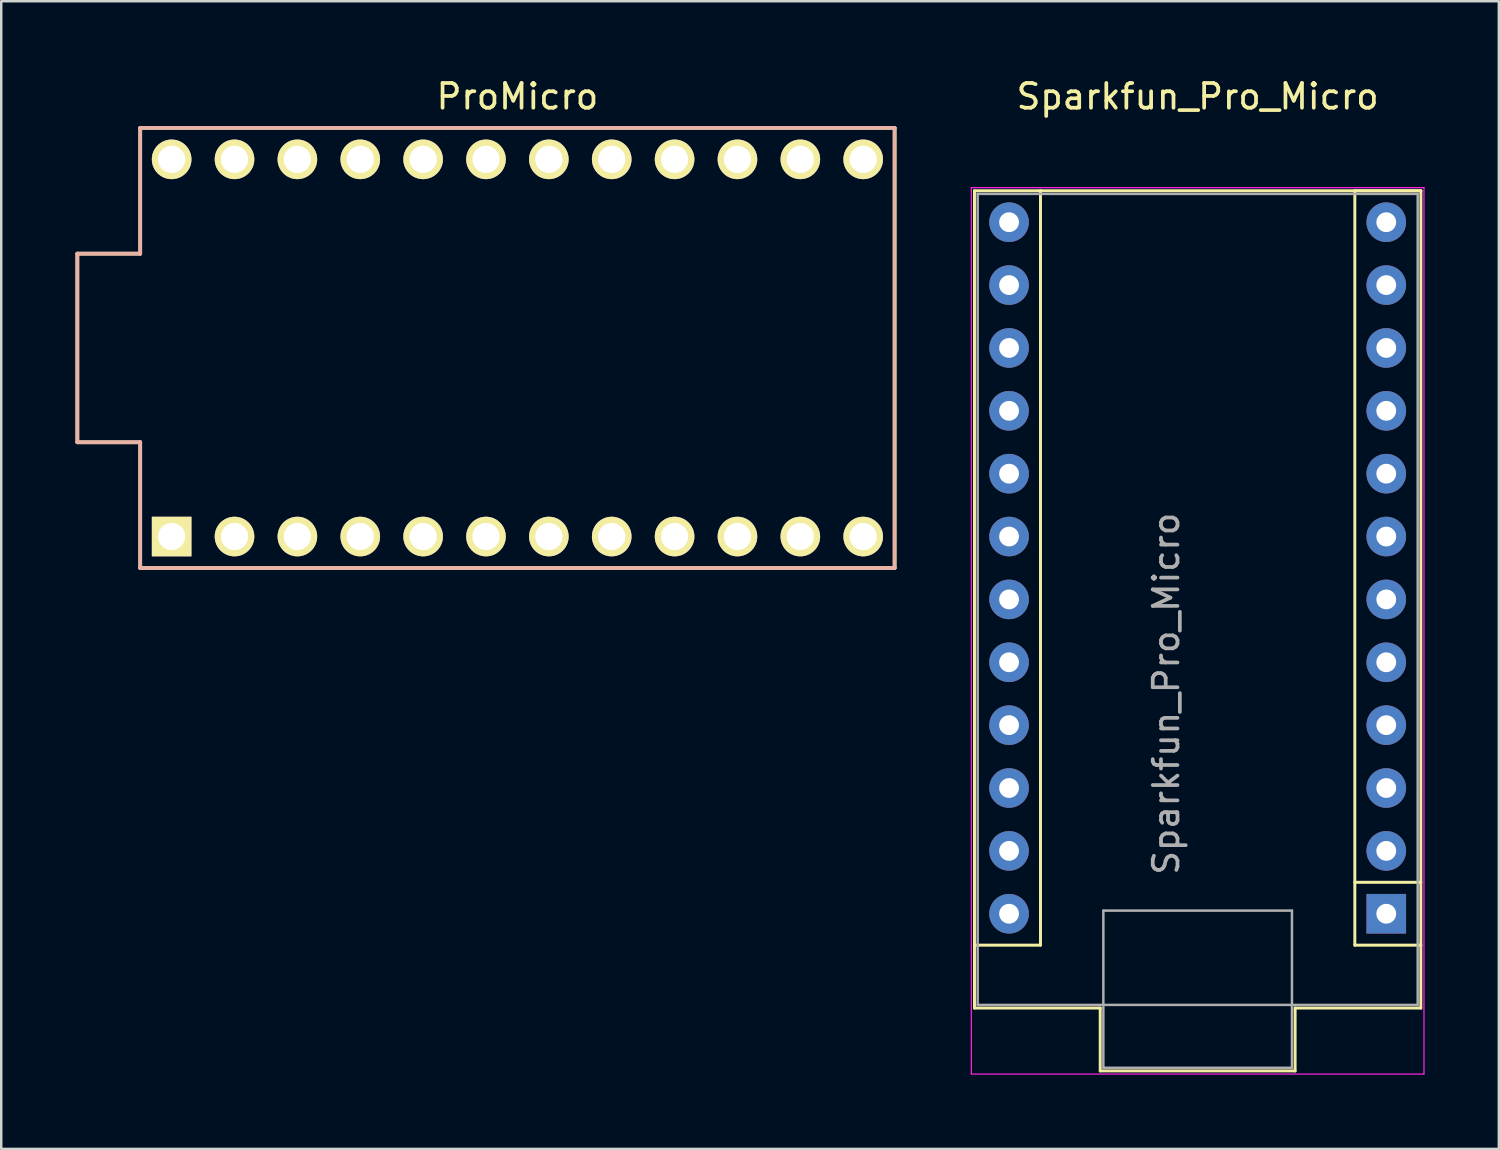
<source format=kicad_pcb>
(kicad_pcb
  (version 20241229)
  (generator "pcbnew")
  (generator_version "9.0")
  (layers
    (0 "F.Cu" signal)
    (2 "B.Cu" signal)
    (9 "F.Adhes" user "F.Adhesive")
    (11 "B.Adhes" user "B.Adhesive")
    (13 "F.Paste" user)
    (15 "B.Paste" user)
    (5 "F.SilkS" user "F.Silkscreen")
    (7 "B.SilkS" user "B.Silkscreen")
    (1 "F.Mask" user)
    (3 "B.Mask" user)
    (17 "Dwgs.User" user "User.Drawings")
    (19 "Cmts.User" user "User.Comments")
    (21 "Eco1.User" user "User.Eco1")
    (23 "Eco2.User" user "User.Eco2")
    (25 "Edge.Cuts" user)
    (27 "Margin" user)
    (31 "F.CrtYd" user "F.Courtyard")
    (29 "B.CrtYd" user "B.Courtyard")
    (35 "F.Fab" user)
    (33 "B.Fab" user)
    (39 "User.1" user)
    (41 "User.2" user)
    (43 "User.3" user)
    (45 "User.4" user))
  (footprint "Sparkfun_Pro_Micro"
    (layer "F.Cu")
    (at 37.719 5.928)
    (property "Reference" "Sparkfun_Pro_Micro" (at 7.62 -5.08 0) (layer "F.SilkS") (effects (font (size 1 1) (thickness 0.15))))
    (attr through_hole)
    (fp_line (start -1.397 -1.27) (end -1.397 31.75) (stroke (width 0.12) (type solid)) (layer "F.SilkS"))
    (fp_line (start -1.397 31.75) (end 3.683 31.75) (stroke (width 0.12) (type solid)) (layer "F.SilkS"))
    (fp_line (start 1.27 -1.27) (end -1.397 -1.27) (stroke (width 0.12) (type solid)) (layer "F.SilkS"))
    (fp_line (start 1.27 1.27) (end 1.27 -1.27) (stroke (width 0.12) (type solid)) (layer "F.SilkS"))
    (fp_line (start 1.27 1.27) (end 1.27 29.21) (stroke (width 0.12) (type solid)) (layer "F.SilkS"))
    (fp_line (start 1.27 29.21) (end -1.4 29.21) (stroke (width 0.12) (type solid)) (layer "F.SilkS"))
    (fp_line (start 3.683 34.29) (end 3.683 31.75) (stroke (width 0.12) (type solid)) (layer "F.SilkS"))
    (fp_line (start 3.683 34.29) (end 11.557 34.29) (stroke (width 0.12) (type solid)) (layer "F.SilkS"))
    (fp_line (start 11.557 31.75) (end 16.637 31.75) (stroke (width 0.12) (type solid)) (layer "F.SilkS"))
    (fp_line (start 11.557 34.29) (end 11.557 31.75) (stroke (width 0.12) (type solid)) (layer "F.SilkS"))
    (fp_line (start 13.97 -1.27) (end 13.97 29.21) (stroke (width 0.12) (type solid)) (layer "F.SilkS"))
    (fp_line (start 13.97 -1.27) (end 16.64 -1.27) (stroke (width 0.12) (type solid)) (layer "F.SilkS"))
    (fp_line (start 13.97 26.67) (end 16.64 26.67) (stroke (width 0.12) (type solid)) (layer "F.SilkS"))
    (fp_line (start 13.97 29.21) (end 16.64 29.21) (stroke (width 0.12) (type solid)) (layer "F.SilkS"))
    (fp_line (start 16.637 -1.27) (end 1.27 -1.27) (stroke (width 0.12) (type solid)) (layer "F.SilkS"))
    (fp_line (start 16.637 31.75) (end 16.64 -1.27) (stroke (width 0.12) (type solid)) (layer "F.SilkS"))
    (fp_line (start -1.524 -1.397) (end -1.524 34.417) (stroke (width 0.05) (type solid)) (layer "F.CrtYd"))
    (fp_line (start -1.524 -1.397) (end 16.764 -1.397) (stroke (width 0.05) (type solid)) (layer "F.CrtYd"))
    (fp_line (start 16.764 34.417) (end -1.524 34.417) (stroke (width 0.05) (type solid)) (layer "F.CrtYd"))
    (fp_line (start 16.764 34.417) (end 16.764 -1.397) (stroke (width 0.05) (type solid)) (layer "F.CrtYd"))
    (fp_line (start -1.27 -1.143) (end 16.51 -1.143) (stroke (width 0.1) (type solid)) (layer "F.Fab"))
    (fp_line (start -1.27 31.623) (end -1.27 -1.143) (stroke (width 0.1) (type solid)) (layer "F.Fab"))
    (fp_line (start 3.81 27.813) (end 11.43 27.813) (stroke (width 0.1) (type solid)) (layer "F.Fab"))
    (fp_line (start 3.81 34.163) (end 3.81 27.813) (stroke (width 0.1) (type solid)) (layer "F.Fab"))
    (fp_line (start 11.43 27.813) (end 11.43 34.163) (stroke (width 0.1) (type solid)) (layer "F.Fab"))
    (fp_line (start 11.43 34.163) (end 3.81 34.163) (stroke (width 0.1) (type solid)) (layer "F.Fab"))
    (fp_line (start 16.51 -1.143) (end 16.51 31.623) (stroke (width 0.1) (type solid)) (layer "F.Fab"))
    (fp_line (start 16.51 31.623) (end -1.27 31.623) (stroke (width 0.1) (type solid)) (layer "F.Fab"))
    (fp_text user "${REFERENCE}" (at 6.35 19.05 90) (layer "F.Fab") (effects (font (size 1 1) (thickness 0.15))))
    (pad "1" thru_hole rect (at 15.24 27.94) (size 1.6 1.6) (drill 0.8) (layers "*.Cu" "*.Mask"))
    (pad "2" thru_hole oval (at 15.24 25.4) (size 1.6 1.6) (drill 0.8) (layers "*.Cu" "*.Mask"))
    (pad "3" thru_hole oval (at 15.24 22.86) (size 1.6 1.6) (drill 0.8) (layers "*.Cu" "*.Mask"))
    (pad "4" thru_hole oval (at 15.24 20.32) (size 1.6 1.6) (drill 0.8) (layers "*.Cu" "*.Mask"))
    (pad "5" thru_hole oval (at 15.24 17.78) (size 1.6 1.6) (drill 0.8) (layers "*.Cu" "*.Mask"))
    (pad "6" thru_hole oval (at 15.24 15.24) (size 1.6 1.6) (drill 0.8) (layers "*.Cu" "*.Mask"))
    (pad "7" thru_hole oval (at 15.24 12.7) (size 1.6 1.6) (drill 0.8) (layers "*.Cu" "*.Mask"))
    (pad "8" thru_hole oval (at 15.24 10.16) (size 1.6 1.6) (drill 0.8) (layers "*.Cu" "*.Mask"))
    (pad "9" thru_hole oval (at 15.24 7.62) (size 1.6 1.6) (drill 0.8) (layers "*.Cu" "*.Mask"))
    (pad "10" thru_hole oval (at 15.24 5.08) (size 1.6 1.6) (drill 0.8) (layers "*.Cu" "*.Mask"))
    (pad "11" thru_hole oval (at 15.24 2.54) (size 1.6 1.6) (drill 0.8) (layers "*.Cu" "*.Mask"))
    (pad "12" thru_hole oval (at 15.24 0) (size 1.6 1.6) (drill 0.8) (layers "*.Cu" "*.Mask"))
    (pad "13" thru_hole oval (at 0 0) (size 1.6 1.6) (drill 0.8) (layers "*.Cu" "*.Mask"))
    (pad "14" thru_hole oval (at 0 2.54) (size 1.6 1.6) (drill 0.8) (layers "*.Cu" "*.Mask"))
    (pad "15" thru_hole oval (at 0 5.08) (size 1.6 1.6) (drill 0.8) (layers "*.Cu" "*.Mask"))
    (pad "16" thru_hole oval (at 0 7.62) (size 1.6 1.6) (drill 0.8) (layers "*.Cu" "*.Mask"))
    (pad "17" thru_hole oval (at 0 10.16) (size 1.6 1.6) (drill 0.8) (layers "*.Cu" "*.Mask"))
    (pad "18" thru_hole oval (at 0 12.7) (size 1.6 1.6) (drill 0.8) (layers "*.Cu" "*.Mask"))
    (pad "19" thru_hole oval (at 0 15.24) (size 1.6 1.6) (drill 0.8) (layers "*.Cu" "*.Mask"))
    (pad "20" thru_hole oval (at 0 17.78) (size 1.6 1.6) (drill 0.8) (layers "*.Cu" "*.Mask"))
    (pad "21" thru_hole oval (at 0 20.32) (size 1.6 1.6) (drill 0.8) (layers "*.Cu" "*.Mask"))
    (pad "22" thru_hole oval (at 0 22.86) (size 1.6 1.6) (drill 0.8) (layers "*.Cu" "*.Mask"))
    (pad "23" thru_hole oval (at 0 25.4) (size 1.6 1.6) (drill 0.8) (layers "*.Cu" "*.Mask"))
    (pad "24" thru_hole oval (at 0 27.94) (size 1.6 1.6) (drill 0.8) (layers "*.Cu" "*.Mask")))
  (footprint "ProMicro"
    (layer "F.Cu")
    (at 17.855 11.008)
    (property "Reference" "ProMicro" (at 0 -10.16 0) (layer "F.SilkS") (effects (font (size 1 1) (thickness 0.15))))
    (attr through_hole)
    (fp_line (start -17.78 -3.81) (end -15.24 -3.81) (stroke (width 0.15) (type solid)) (layer "F.SilkS"))
    (fp_line (start -17.78 3.81) (end -17.78 -3.81) (stroke (width 0.15) (type solid)) (layer "F.SilkS"))
    (fp_line (start -15.24 -8.89) (end 15.24 -8.89) (stroke (width 0.15) (type solid)) (layer "F.SilkS"))
    (fp_line (start -15.24 -3.81) (end -15.24 -8.89) (stroke (width 0.15) (type solid)) (layer "F.SilkS"))
    (fp_line (start -15.24 3.81) (end -17.78 3.81) (stroke (width 0.15) (type solid)) (layer "F.SilkS"))
    (fp_line (start -15.24 8.89) (end -15.24 3.81) (stroke (width 0.15) (type solid)) (layer "F.SilkS"))
    (fp_line (start -15.24 8.89) (end 15.24 8.89) (stroke (width 0.15) (type solid)) (layer "F.SilkS"))
    (fp_line (start 15.24 -8.89) (end 15.24 8.89) (stroke (width 0.15) (type solid)) (layer "F.SilkS"))
    (fp_line (start -17.78 -3.81) (end -15.24 -3.81) (stroke (width 0.15) (type solid)) (layer "B.SilkS"))
    (fp_line (start -17.78 3.81) (end -17.78 -3.81) (stroke (width 0.15) (type solid)) (layer "B.SilkS"))
    (fp_line (start -15.24 -8.89) (end 15.24 -8.89) (stroke (width 0.15) (type solid)) (layer "B.SilkS"))
    (fp_line (start -15.24 -3.81) (end -15.24 -8.89) (stroke (width 0.15) (type solid)) (layer "B.SilkS"))
    (fp_line (start -15.24 3.81) (end -17.78 3.81) (stroke (width 0.15) (type solid)) (layer "B.SilkS"))
    (fp_line (start -15.24 8.89) (end -15.24 3.81) (stroke (width 0.15) (type solid)) (layer "B.SilkS"))
    (fp_line (start 15.24 -8.89) (end 15.24 8.89) (stroke (width 0.15) (type solid)) (layer "B.SilkS"))
    (fp_line (start 15.24 8.89) (end -15.24 8.89) (stroke (width 0.15) (type solid)) (layer "B.SilkS"))
    (pad "1" thru_hole rect (at -13.97 7.62) (size 1.6 1.6) (drill 1.1) (layers "*.Cu" "*.Mask" "F.SilkS"))
    (pad "2" thru_hole circle (at -11.43 7.62) (size 1.6 1.6) (drill 1.1) (layers "*.Cu" "*.Mask" "F.SilkS"))
    (pad "3" thru_hole circle (at -8.89 7.62) (size 1.6 1.6) (drill 1.1) (layers "*.Cu" "*.Mask" "F.SilkS"))
    (pad "4" thru_hole circle (at -6.35 7.62) (size 1.6 1.6) (drill 1.1) (layers "*.Cu" "*.Mask" "F.SilkS"))
    (pad "5" thru_hole circle (at -3.81 7.62) (size 1.6 1.6) (drill 1.1) (layers "*.Cu" "*.Mask" "F.SilkS"))
    (pad "6" thru_hole circle (at -1.27 7.62) (size 1.6 1.6) (drill 1.1) (layers "*.Cu" "*.Mask" "F.SilkS"))
    (pad "7" thru_hole circle (at 1.27 7.62) (size 1.6 1.6) (drill 1.1) (layers "*.Cu" "*.Mask" "F.SilkS"))
    (pad "8" thru_hole circle (at 3.81 7.62) (size 1.6 1.6) (drill 1.1) (layers "*.Cu" "*.Mask" "F.SilkS"))
    (pad "9" thru_hole circle (at 6.35 7.62) (size 1.6 1.6) (drill 1.1) (layers "*.Cu" "*.Mask" "F.SilkS"))
    (pad "10" thru_hole circle (at 8.89 7.62) (size 1.6 1.6) (drill 1.1) (layers "*.Cu" "*.Mask" "F.SilkS"))
    (pad "11" thru_hole circle (at 11.43 7.62) (size 1.6 1.6) (drill 1.1) (layers "*.Cu" "*.Mask" "F.SilkS"))
    (pad "12" thru_hole circle (at 13.97 7.62) (size 1.6 1.6) (drill 1.1) (layers "*.Cu" "*.Mask" "F.SilkS"))
    (pad "13" thru_hole circle (at 13.97 -7.62) (size 1.6 1.6) (drill 1.1) (layers "*.Cu" "*.Mask" "F.SilkS"))
    (pad "14" thru_hole circle (at 11.43 -7.62) (size 1.6 1.6) (drill 1.1) (layers "*.Cu" "*.Mask" "F.SilkS"))
    (pad "15" thru_hole circle (at 8.89 -7.62) (size 1.6 1.6) (drill 1.1) (layers "*.Cu" "*.Mask" "F.SilkS"))
    (pad "16" thru_hole circle (at 6.35 -7.62) (size 1.6 1.6) (drill 1.1) (layers "*.Cu" "*.Mask" "F.SilkS"))
    (pad "17" thru_hole circle (at 3.81 -7.62) (size 1.6 1.6) (drill 1.1) (layers "*.Cu" "*.Mask" "F.SilkS"))
    (pad "18" thru_hole circle (at 1.27 -7.62) (size 1.6 1.6) (drill 1.1) (layers "*.Cu" "*.Mask" "F.SilkS"))
    (pad "19" thru_hole circle (at -1.27 -7.62) (size 1.6 1.6) (drill 1.1) (layers "*.Cu" "*.Mask" "F.SilkS"))
    (pad "20" thru_hole circle (at -3.81 -7.62) (size 1.6 1.6) (drill 1.1) (layers "*.Cu" "*.Mask" "F.SilkS"))
    (pad "21" thru_hole circle (at -6.35 -7.62) (size 1.6 1.6) (drill 1.1) (layers "*.Cu" "*.Mask" "F.SilkS"))
    (pad "22" thru_hole circle (at -8.89 -7.62) (size 1.6 1.6) (drill 1.1) (layers "*.Cu" "*.Mask" "F.SilkS"))
    (pad "23" thru_hole circle (at -11.43 -7.62) (size 1.6 1.6) (drill 1.1) (layers "*.Cu" "*.Mask" "F.SilkS"))
    (pad "24" thru_hole circle (at -13.97 -7.62) (size 1.6 1.6) (drill 1.1) (layers "*.Cu" "*.Mask" "F.SilkS")))
  (gr_rect
    (start -3 -3)
    (end 57.508 43.37)
    (stroke (width 0.1) (type default))
    (fill no)
    (layer "Edge.Cuts")))
</source>
